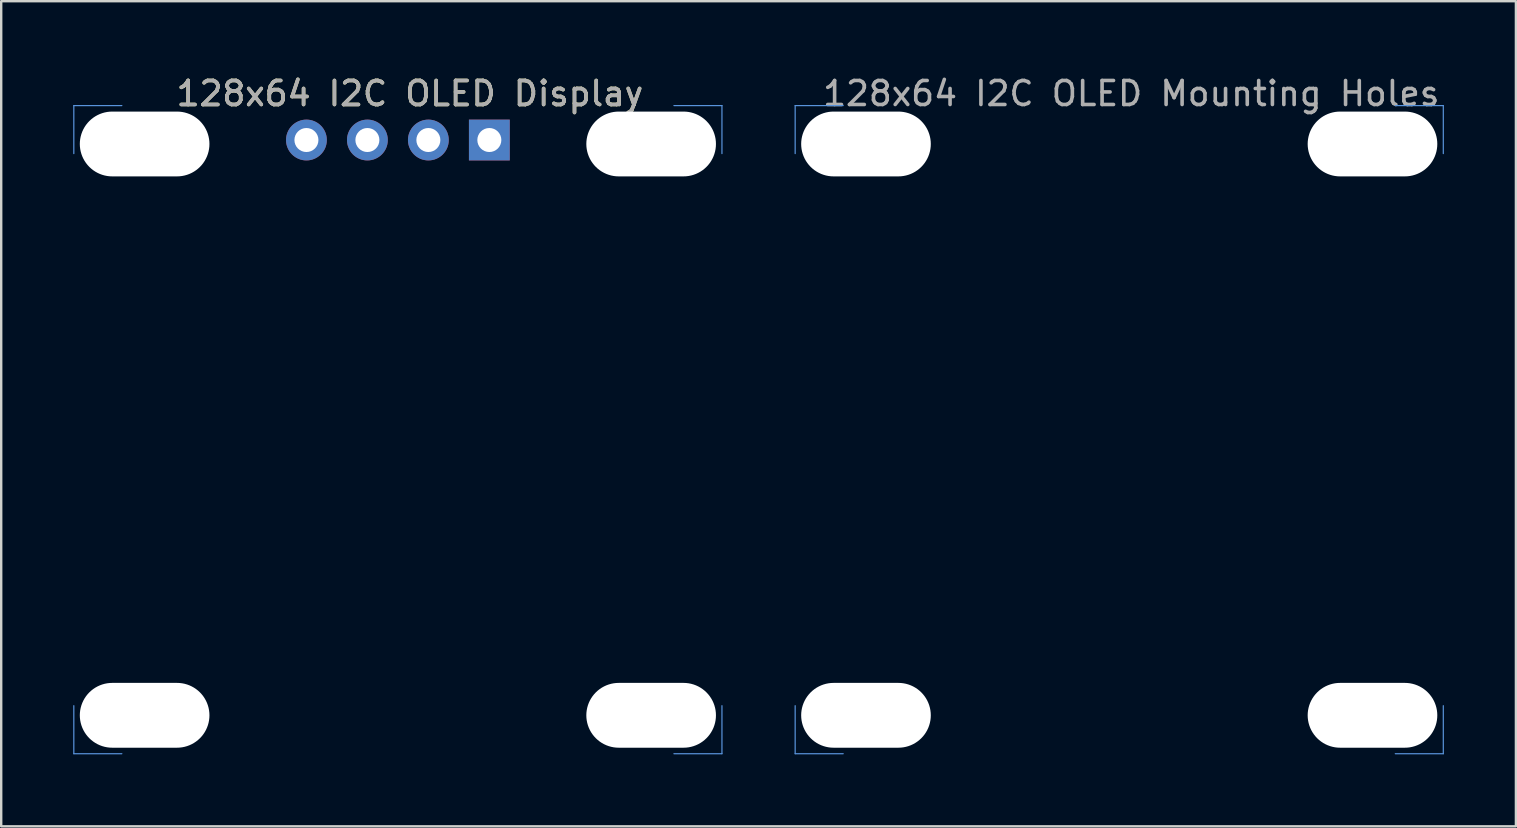
<source format=kicad_pcb>
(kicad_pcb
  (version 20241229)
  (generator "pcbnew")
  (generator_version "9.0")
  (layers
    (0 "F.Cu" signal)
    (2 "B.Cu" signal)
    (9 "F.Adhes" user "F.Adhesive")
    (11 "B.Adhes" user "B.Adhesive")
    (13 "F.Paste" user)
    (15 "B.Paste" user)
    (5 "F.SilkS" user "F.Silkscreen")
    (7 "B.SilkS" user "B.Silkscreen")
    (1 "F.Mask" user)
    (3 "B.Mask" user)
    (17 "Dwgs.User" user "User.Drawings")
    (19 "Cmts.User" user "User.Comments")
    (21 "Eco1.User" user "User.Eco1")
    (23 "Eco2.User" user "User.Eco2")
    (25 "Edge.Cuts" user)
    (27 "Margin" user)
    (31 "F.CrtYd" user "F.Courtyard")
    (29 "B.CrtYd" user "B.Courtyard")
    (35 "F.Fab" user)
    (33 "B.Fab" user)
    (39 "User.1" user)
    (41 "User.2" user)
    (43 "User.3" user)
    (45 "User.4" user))
  (footprint "128x64 I2C OLED Display"
    (layer "F.Cu")
    (at 13.525 14.848)
    (property "Reference" "128x64 I2C OLED Display" (at 0.5 -14 0) (unlocked yes) (layer "F.SilkS") (effects (font (size 1 1) (thickness 0.15))))
    (attr through_hole)
    (fp_line (start -13.5 -13.5) (end -11.5 -13.5) (stroke (width 0.05) (type solid)) (layer "Cmts.User"))
    (fp_line (start -13.5 -11.5) (end -13.5 -13.5) (stroke (width 0.05) (type solid)) (layer "Cmts.User"))
    (fp_line (start -13.5 11.5) (end -13.5 13.5) (stroke (width 0.05) (type solid)) (layer "Cmts.User"))
    (fp_line (start -11.5 13.5) (end -13.5 13.5) (stroke (width 0.05) (type solid)) (layer "Cmts.User"))
    (fp_line (start 11.5 -13.5) (end 13.5 -13.5) (stroke (width 0.05) (type solid)) (layer "Cmts.User"))
    (fp_line (start 11.5 13.5) (end 13.5 13.5) (stroke (width 0.05) (type solid)) (layer "Cmts.User"))
    (fp_line (start 13.5 -11.5) (end 13.5 -13.5) (stroke (width 0.05) (type solid)) (layer "Cmts.User"))
    (fp_line (start 13.5 11.5) (end 13.5 13.5) (stroke (width 0.05) (type solid)) (layer "Cmts.User"))
    (fp_text user "${REFERENCE}" (at 0.5 -14 0) (unlocked yes) (layer "F.Fab") (effects (font (size 1 1) (thickness 0.15))))
    (pad "" np_thru_hole oval (at -10.55 -11.9) (size 5.4 2.7) (drill oval 5.4 2.7) (layers "*.Cu" "*.Mask"))
    (pad "" np_thru_hole oval (at -10.55 11.9) (size 5.4 2.7) (drill oval 5.4 2.7) (layers "*.Cu" "*.Mask"))
    (pad "" np_thru_hole oval (at 10.55 -11.9) (size 5.4 2.7) (drill oval 5.4 2.7) (layers "*.Cu" "*.Mask"))
    (pad "" np_thru_hole oval (at 10.55 11.9) (size 5.4 2.7) (drill oval 5.4 2.7) (layers "*.Cu" "*.Mask"))
    (pad "1" thru_hole rect (at 3.81 -12.065 270) (size 1.7 1.7) (drill 1) (layers "*.Cu" "*.Mask"))
    (pad "2" thru_hole oval (at 1.27 -12.065 270) (size 1.7 1.7) (drill 1) (layers "*.Cu" "*.Mask"))
    (pad "3" thru_hole oval (at -1.27 -12.065 270) (size 1.7 1.7) (drill 1) (layers "*.Cu" "*.Mask"))
    (pad "4" thru_hole oval (at -3.81 -12.065 270) (size 1.7 1.7) (drill 1) (layers "*.Cu" "*.Mask")))
  (footprint "128x64 I2C OLED Mounting Holes"
    (layer "F.Cu")
    (at 43.575 14.848)
    (property "Reference" "128x64 I2C OLED Mounting Holes" (at 0.5 -14 0) (unlocked yes) (layer "F.Fab") (effects (font (size 1 1) (thickness 0.15))))
    (attr through_hole)
    (fp_line (start -13.5 -13.5) (end -11.5 -13.5) (stroke (width 0.05) (type solid)) (layer "Cmts.User"))
    (fp_line (start -13.5 -11.5) (end -13.5 -13.5) (stroke (width 0.05) (type solid)) (layer "Cmts.User"))
    (fp_line (start -13.5 11.5) (end -13.5 13.5) (stroke (width 0.05) (type solid)) (layer "Cmts.User"))
    (fp_line (start -11.5 13.5) (end -13.5 13.5) (stroke (width 0.05) (type solid)) (layer "Cmts.User"))
    (fp_line (start 11.5 -13.5) (end 13.5 -13.5) (stroke (width 0.05) (type solid)) (layer "Cmts.User"))
    (fp_line (start 11.5 13.5) (end 13.5 13.5) (stroke (width 0.05) (type solid)) (layer "Cmts.User"))
    (fp_line (start 13.5 -11.5) (end 13.5 -13.5) (stroke (width 0.05) (type solid)) (layer "Cmts.User"))
    (fp_line (start 13.5 11.5) (end 13.5 13.5) (stroke (width 0.05) (type solid)) (layer "Cmts.User"))
    (pad "" np_thru_hole oval (at -10.55 -11.9) (size 5.4 2.7) (drill oval 5.4 2.7) (layers "*.Cu" "*.Mask"))
    (pad "" np_thru_hole oval (at -10.55 11.9) (size 5.4 2.7) (drill oval 5.4 2.7) (layers "*.Cu" "*.Mask"))
    (pad "" np_thru_hole oval (at 10.55 -11.9) (size 5.4 2.7) (drill oval 5.4 2.7) (layers "*.Cu" "*.Mask"))
    (pad "" np_thru_hole oval (at 10.55 11.9) (size 5.4 2.7) (drill oval 5.4 2.7) (layers "*.Cu" "*.Mask")))
  (gr_rect
    (start -3 -3)
    (end 60.1 31.373)
    (stroke (width 0.1) (type default))
    (fill no)
    (layer "Edge.Cuts")))
</source>
